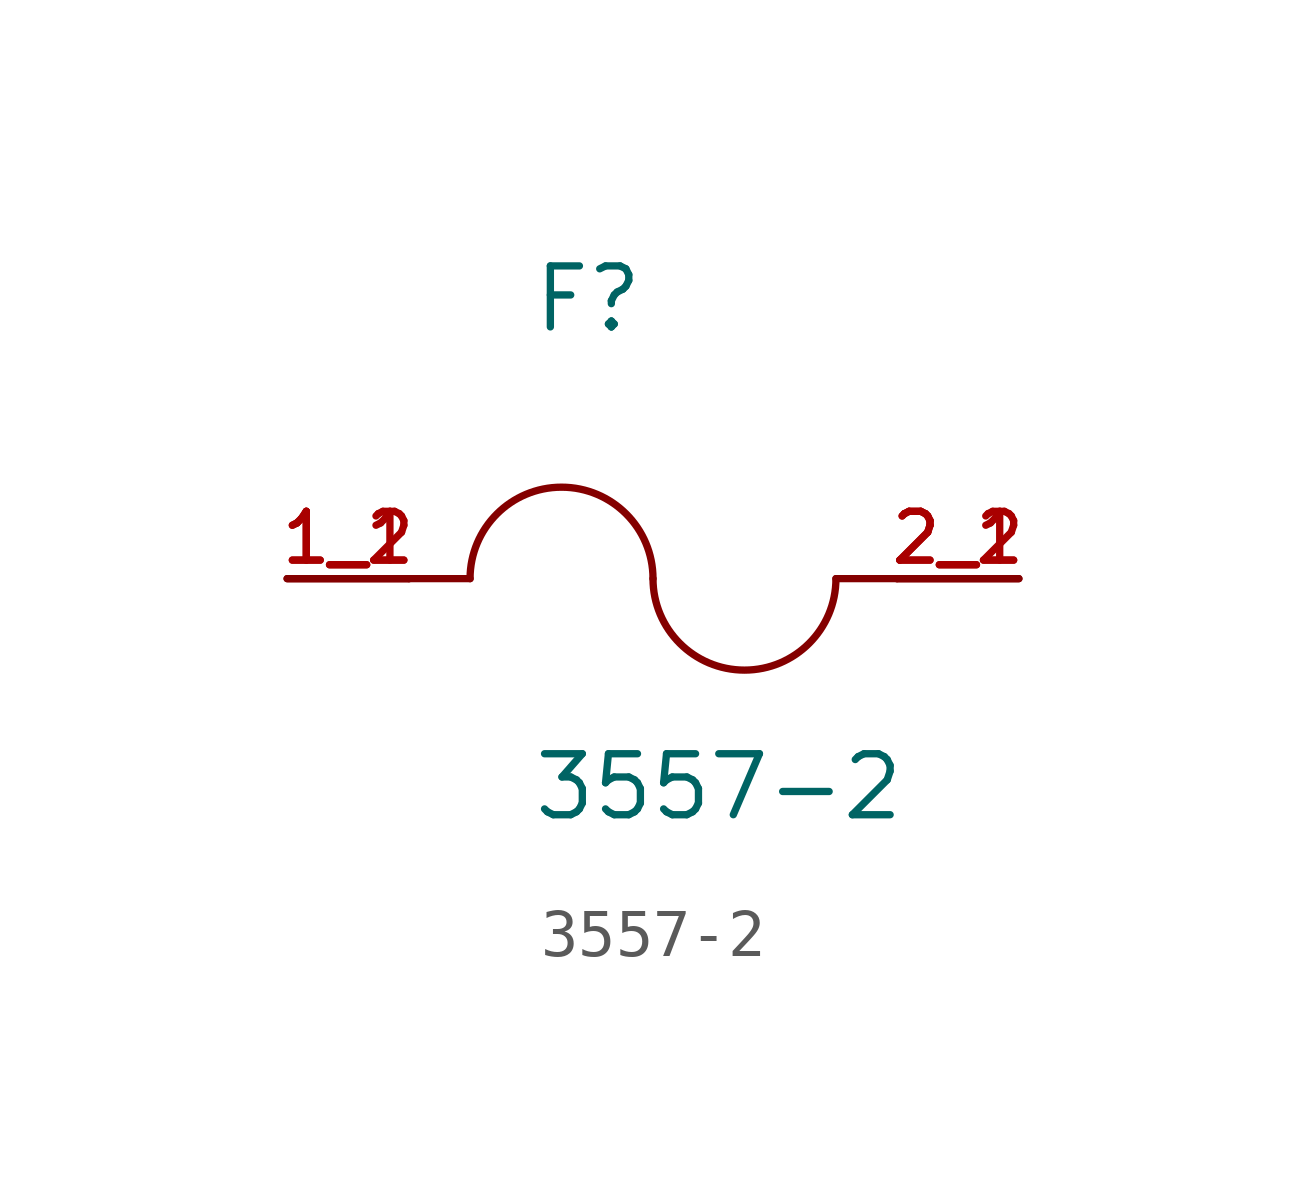
<source format=kicad_sym>
(kicad_symbol_lib
  (version 20211014)
  (generator kicad_symbol_editor)
  (symbol "3557-2"
    (pin_names
      (offset 1.016))
    (property "Reference" "F"
      (at -2.54 5.08 0)
      (effects (font (size 1.27 1.27)) (justify bottom left)))
    (property "Value" "3557-2"
      (at -2.54 -5.08 0)
      (effects (font (size 1.27 1.27)) (justify bottom left)))
    (symbol "3557-2_0_0"
      (arc (start 0.0 0.0) (mid -1.905 1.905) (end -3.81 0.0) (stroke (width 0.1524) (type default) (color 0 0 0 0)) (fill (type none)))
      (arc (start 3.81 0.0) (mid 1.905 -1.905) (end 0.0 0.0) (stroke (width 0.1524) (type default) (color 0 0 0 0)) (fill (type none)))
      (polyline (pts (xy 5.08 0.0) (xy 3.81 0.0)) (stroke (width 0.152)))
      (polyline (pts (xy -5.08 0.0) (xy -3.81 0.0)) (stroke (width 0.152)))
      (pin passive line (at -7.62 0.0 0) (length 2.54) (name "~" (effects (font (size 1.016 1.016)))) (number "1_1" (effects (font (size 1.016 1.016)))))
      (pin passive line (at 7.62 0.0 180.0) (length 2.54) (name "~" (effects (font (size 1.016 1.016)))) (number "2_1" (effects (font (size 1.016 1.016)))))
      (pin passive line (at -7.62 0.0 0) (length 2.54) (name "~" (effects (font (size 1.016 1.016)))) (number "1_2" (effects (font (size 1.016 1.016)))))
      (pin passive line (at 7.62 0.0 180.0) (length 2.54) (name "~" (effects (font (size 1.016 1.016)))) (number "2_2" (effects (font (size 1.016 1.016))))))))
</source>
